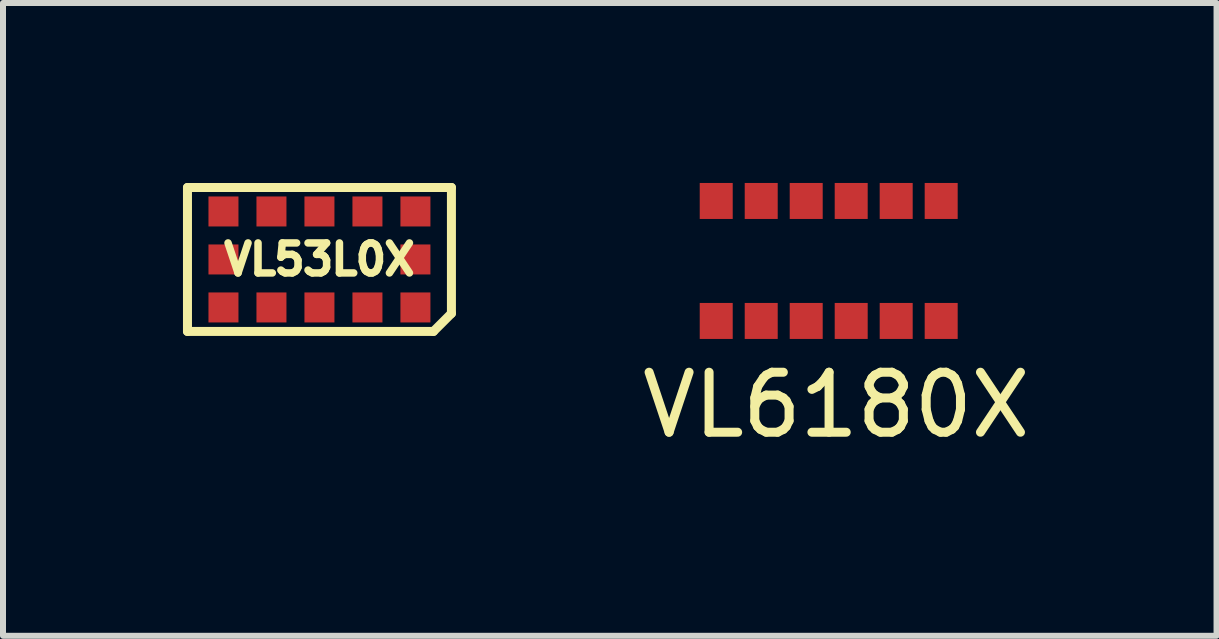
<source format=kicad_pcb>
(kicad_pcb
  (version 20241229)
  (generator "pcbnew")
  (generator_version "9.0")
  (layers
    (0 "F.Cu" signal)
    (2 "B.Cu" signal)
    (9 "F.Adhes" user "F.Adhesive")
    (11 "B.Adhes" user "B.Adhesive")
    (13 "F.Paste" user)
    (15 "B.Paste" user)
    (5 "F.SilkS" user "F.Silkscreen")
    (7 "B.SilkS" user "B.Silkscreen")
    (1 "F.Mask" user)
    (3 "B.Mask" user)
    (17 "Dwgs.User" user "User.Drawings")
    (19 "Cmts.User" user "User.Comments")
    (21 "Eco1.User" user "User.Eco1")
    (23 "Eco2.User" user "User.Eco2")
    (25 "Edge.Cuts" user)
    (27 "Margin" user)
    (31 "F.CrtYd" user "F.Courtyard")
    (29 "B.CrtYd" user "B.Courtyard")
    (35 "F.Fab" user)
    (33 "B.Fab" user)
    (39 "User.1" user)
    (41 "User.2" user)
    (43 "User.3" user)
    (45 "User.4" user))
  (footprint "VL53L0X"
    (layer "F.Cu")
    (at 2.275 1.275)
    (property "Reference" "VL53L0X" (at 0 0 0) (layer "F.SilkS") (effects (font (size 0.5 0.5) (thickness 0.125))))
    (attr through_hole)
    (fp_line (start -2.2 -1.2) (end -2.2 1.2) (stroke (width 0.15) (type solid)) (layer "F.SilkS"))
    (fp_line (start 1.9 1.2) (end -2.2 1.2) (stroke (width 0.15) (type solid)) (layer "F.SilkS"))
    (fp_line (start 2.2 -1.2) (end -2.2 -1.2) (stroke (width 0.15) (type solid)) (layer "F.SilkS"))
    (fp_line (start 2.2 -1.2) (end 2.2 0.9) (stroke (width 0.15) (type solid)) (layer "F.SilkS"))
    (fp_line (start 2.2 0.9) (end 1.9 1.2) (stroke (width 0.15) (type solid)) (layer "F.SilkS"))
    (pad "1" smd rect (at 1.6 0.8) (size 0.5 0.5) (layers "F.Cu" "F.Mask" "F.Paste"))
    (pad "2" smd rect (at 0.8 0.8) (size 0.5 0.5) (layers "F.Cu" "F.Mask" "F.Paste"))
    (pad "3" smd rect (at 0 0.8) (size 0.5 0.5) (layers "F.Cu" "F.Mask" "F.Paste"))
    (pad "4" smd rect (at -0.8 0.8) (size 0.5 0.5) (layers "F.Cu" "F.Mask" "F.Paste"))
    (pad "5" smd rect (at -1.6 0.8) (size 0.5 0.5) (layers "F.Cu" "F.Mask" "F.Paste"))
    (pad "6" smd rect (at -1.6 0) (size 0.5 0.5) (layers "F.Cu" "F.Mask" "F.Paste"))
    (pad "7" smd rect (at -1.6 -0.8) (size 0.5 0.5) (layers "F.Cu" "F.Mask" "F.Paste"))
    (pad "8" smd rect (at -0.8 -0.8) (size 0.5 0.5) (layers "F.Cu" "F.Mask" "F.Paste"))
    (pad "9" smd rect (at 0 -0.8) (size 0.5 0.5) (layers "F.Cu" "F.Mask" "F.Paste"))
    (pad "10" smd rect (at 0.8 -0.8) (size 0.5 0.5) (layers "F.Cu" "F.Mask" "F.Paste"))
    (pad "11" smd rect (at 1.6 -0.8) (size 0.5 0.5) (layers "F.Cu" "F.Mask" "F.Paste"))
    (pad "12" smd rect (at 1.6 0) (size 0.5 0.5) (layers "F.Cu" "F.Mask" "F.Paste")))
  (footprint "VL6180X"
    (layer "F.Cu")
    (at 10.889 1.3)
    (property "Reference" "VL6180X" (at 0 2.4 0) (layer "F.SilkS") (effects (font (size 1 1) (thickness 0.15))))
    (attr through_hole)
    (pad "1" smd rect (at -2 1) (size 0.55 0.6) (layers "F.Cu" "F.Mask" "F.Paste"))
    (pad "2" smd rect (at -1.25 1) (size 0.55 0.6) (layers "F.Cu" "F.Mask" "F.Paste"))
    (pad "3" smd rect (at -0.5 1) (size 0.55 0.6) (layers "F.Cu" "F.Mask" "F.Paste"))
    (pad "4" smd rect (at 0.25 1) (size 0.55 0.6) (layers "F.Cu" "F.Mask" "F.Paste"))
    (pad "5" smd rect (at 1 1) (size 0.55 0.6) (layers "F.Cu" "F.Mask" "F.Paste"))
    (pad "6" smd rect (at 1.75 1) (size 0.55 0.6) (layers "F.Cu" "F.Mask" "F.Paste"))
    (pad "7" smd rect (at 1.75 -1) (size 0.55 0.6) (layers "F.Cu" "F.Mask" "F.Paste"))
    (pad "8" smd rect (at 1 -1) (size 0.55 0.6) (layers "F.Cu" "F.Mask" "F.Paste"))
    (pad "9" smd rect (at 0.25 -1) (size 0.55 0.6) (layers "F.Cu" "F.Mask" "F.Paste"))
    (pad "10" smd rect (at -0.5 -1) (size 0.55 0.6) (layers "F.Cu" "F.Mask" "F.Paste"))
    (pad "11" smd rect (at -1.25 -1) (size 0.55 0.6) (layers "F.Cu" "F.Mask" "F.Paste"))
    (pad "12" smd rect (at -2 -1) (size 0.55 0.6) (layers "F.Cu" "F.Mask" "F.Paste")))
  (gr_rect
    (start -3 -3)
    (end 17.229 7.548)
    (stroke (width 0.1) (type default))
    (fill no)
    (layer "Edge.Cuts")))
</source>
